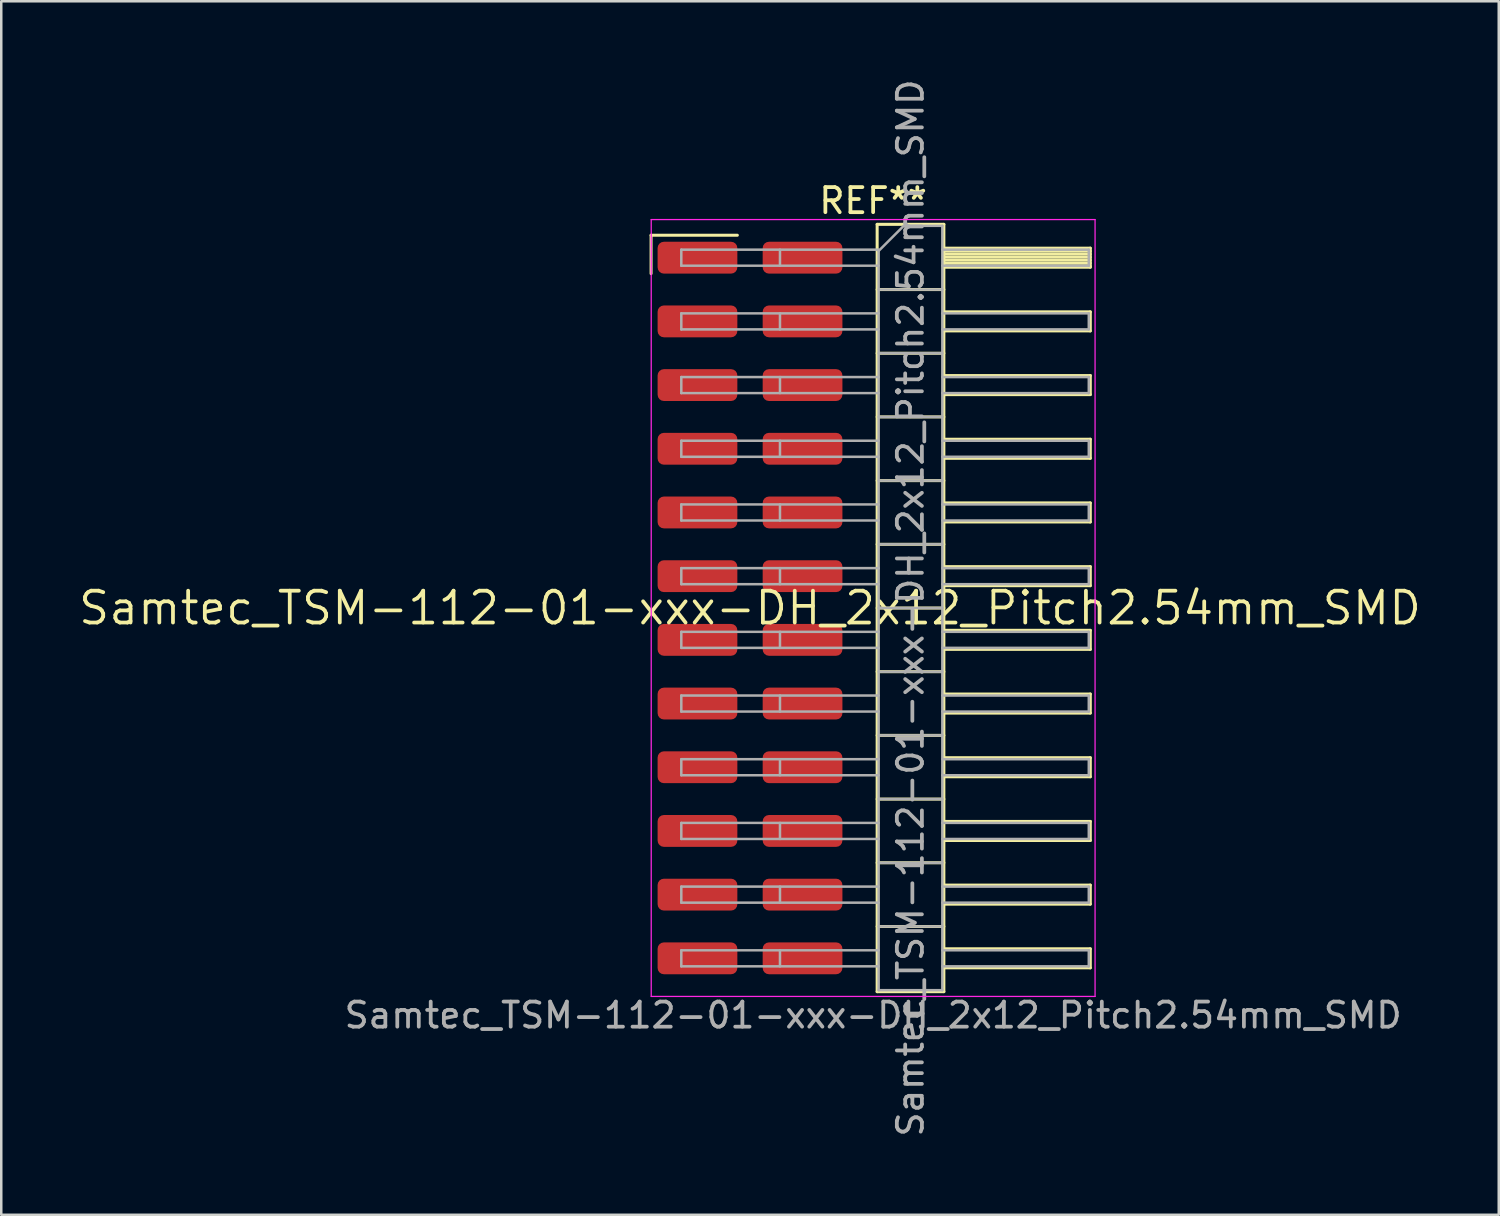
<source format=kicad_pcb>
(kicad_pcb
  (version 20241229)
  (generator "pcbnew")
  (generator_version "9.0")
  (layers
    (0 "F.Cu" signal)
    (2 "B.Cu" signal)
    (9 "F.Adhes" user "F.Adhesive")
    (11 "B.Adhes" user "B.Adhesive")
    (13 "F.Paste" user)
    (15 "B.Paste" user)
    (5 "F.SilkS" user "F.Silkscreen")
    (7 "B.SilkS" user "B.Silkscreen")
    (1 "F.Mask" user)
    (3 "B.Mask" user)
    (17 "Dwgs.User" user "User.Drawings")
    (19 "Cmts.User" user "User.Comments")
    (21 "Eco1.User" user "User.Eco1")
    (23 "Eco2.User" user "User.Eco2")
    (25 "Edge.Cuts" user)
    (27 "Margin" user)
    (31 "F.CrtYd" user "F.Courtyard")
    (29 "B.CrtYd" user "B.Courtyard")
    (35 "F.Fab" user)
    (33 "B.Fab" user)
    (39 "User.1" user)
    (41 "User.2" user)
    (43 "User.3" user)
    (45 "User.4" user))
  (footprint "Samtec_TSM-112-01-xxx-DH_2x12_Pitch2.54mm_SMD"
    (layer "F.Cu")
    (at 26.859 21.196)
    (property "Reference" "Samtec_TSM-112-01-xxx-DH_2x12_Pitch2.54mm_SMD" (at 0 0 0) (layer "F.SilkS") (effects (font (size 1.27 1.27) (thickness 0.15))))
    (attr smd)
    (fp_line (start -3.945 -14.865) (end -0.505 -14.865) (stroke (width 0.12) (type solid)) (layer "F.SilkS"))
    (fp_line (start -3.945 -13.335) (end -3.945 -14.865) (stroke (width 0.12) (type solid)) (layer "F.SilkS"))
    (fp_line (start 5.07 -15.3) (end 7.73 -15.3) (stroke (width 0.12) (type solid)) (layer "F.SilkS"))
    (fp_line (start 5.07 -12.7) (end 7.73 -12.7) (stroke (width 0.12) (type solid)) (layer "F.SilkS"))
    (fp_line (start 5.07 -10.16) (end 7.73 -10.16) (stroke (width 0.12) (type solid)) (layer "F.SilkS"))
    (fp_line (start 5.07 -7.62) (end 7.73 -7.62) (stroke (width 0.12) (type solid)) (layer "F.SilkS"))
    (fp_line (start 5.07 -5.08) (end 7.73 -5.08) (stroke (width 0.12) (type solid)) (layer "F.SilkS"))
    (fp_line (start 5.07 -2.54) (end 7.73 -2.54) (stroke (width 0.12) (type solid)) (layer "F.SilkS"))
    (fp_line (start 5.07 0) (end 7.73 0) (stroke (width 0.12) (type solid)) (layer "F.SilkS"))
    (fp_line (start 5.07 2.54) (end 7.73 2.54) (stroke (width 0.12) (type solid)) (layer "F.SilkS"))
    (fp_line (start 5.07 5.08) (end 7.73 5.08) (stroke (width 0.12) (type solid)) (layer "F.SilkS"))
    (fp_line (start 5.07 7.62) (end 7.73 7.62) (stroke (width 0.12) (type solid)) (layer "F.SilkS"))
    (fp_line (start 5.07 10.16) (end 7.73 10.16) (stroke (width 0.12) (type solid)) (layer "F.SilkS"))
    (fp_line (start 5.07 12.7) (end 7.73 12.7) (stroke (width 0.12) (type solid)) (layer "F.SilkS"))
    (fp_line (start 5.07 15.3) (end 5.07 -15.3) (stroke (width 0.12) (type solid)) (layer "F.SilkS"))
    (fp_line (start 7.73 -15.3) (end 7.73 15.3) (stroke (width 0.12) (type solid)) (layer "F.SilkS"))
    (fp_line (start 7.73 -14.35) (end 13.57 -14.35) (stroke (width 0.12) (type solid)) (layer "F.SilkS"))
    (fp_line (start 7.73 -14.23) (end 13.57 -14.23) (stroke (width 0.12) (type solid)) (layer "F.SilkS"))
    (fp_line (start 7.73 -14.11) (end 13.57 -14.11) (stroke (width 0.12) (type solid)) (layer "F.SilkS"))
    (fp_line (start 7.73 -13.99) (end 13.57 -13.99) (stroke (width 0.12) (type solid)) (layer "F.SilkS"))
    (fp_line (start 7.73 -13.87) (end 13.57 -13.87) (stroke (width 0.12) (type solid)) (layer "F.SilkS"))
    (fp_line (start 7.73 -13.75) (end 13.57 -13.75) (stroke (width 0.12) (type solid)) (layer "F.SilkS"))
    (fp_line (start 7.73 -13.63) (end 13.57 -13.63) (stroke (width 0.12) (type solid)) (layer "F.SilkS"))
    (fp_line (start 7.73 -13.59) (end 13.57 -13.59) (stroke (width 0.12) (type solid)) (layer "F.SilkS"))
    (fp_line (start 7.73 -11.81) (end 13.57 -11.81) (stroke (width 0.12) (type solid)) (layer "F.SilkS"))
    (fp_line (start 7.73 -11.05) (end 13.57 -11.05) (stroke (width 0.12) (type solid)) (layer "F.SilkS"))
    (fp_line (start 7.73 -9.27) (end 13.57 -9.27) (stroke (width 0.12) (type solid)) (layer "F.SilkS"))
    (fp_line (start 7.73 -8.51) (end 13.57 -8.51) (stroke (width 0.12) (type solid)) (layer "F.SilkS"))
    (fp_line (start 7.73 -6.73) (end 13.57 -6.73) (stroke (width 0.12) (type solid)) (layer "F.SilkS"))
    (fp_line (start 7.73 -5.97) (end 13.57 -5.97) (stroke (width 0.12) (type solid)) (layer "F.SilkS"))
    (fp_line (start 7.73 -4.19) (end 13.57 -4.19) (stroke (width 0.12) (type solid)) (layer "F.SilkS"))
    (fp_line (start 7.73 -3.43) (end 13.57 -3.43) (stroke (width 0.12) (type solid)) (layer "F.SilkS"))
    (fp_line (start 7.73 -1.65) (end 13.57 -1.65) (stroke (width 0.12) (type solid)) (layer "F.SilkS"))
    (fp_line (start 7.73 -0.89) (end 13.57 -0.89) (stroke (width 0.12) (type solid)) (layer "F.SilkS"))
    (fp_line (start 7.73 0.89) (end 13.57 0.89) (stroke (width 0.12) (type solid)) (layer "F.SilkS"))
    (fp_line (start 7.73 1.65) (end 13.57 1.65) (stroke (width 0.12) (type solid)) (layer "F.SilkS"))
    (fp_line (start 7.73 3.43) (end 13.57 3.43) (stroke (width 0.12) (type solid)) (layer "F.SilkS"))
    (fp_line (start 7.73 4.19) (end 13.57 4.19) (stroke (width 0.12) (type solid)) (layer "F.SilkS"))
    (fp_line (start 7.73 5.97) (end 13.57 5.97) (stroke (width 0.12) (type solid)) (layer "F.SilkS"))
    (fp_line (start 7.73 6.73) (end 13.57 6.73) (stroke (width 0.12) (type solid)) (layer "F.SilkS"))
    (fp_line (start 7.73 8.51) (end 13.57 8.51) (stroke (width 0.12) (type solid)) (layer "F.SilkS"))
    (fp_line (start 7.73 9.27) (end 13.57 9.27) (stroke (width 0.12) (type solid)) (layer "F.SilkS"))
    (fp_line (start 7.73 11.05) (end 13.57 11.05) (stroke (width 0.12) (type solid)) (layer "F.SilkS"))
    (fp_line (start 7.73 11.81) (end 13.57 11.81) (stroke (width 0.12) (type solid)) (layer "F.SilkS"))
    (fp_line (start 7.73 13.59) (end 13.57 13.59) (stroke (width 0.12) (type solid)) (layer "F.SilkS"))
    (fp_line (start 7.73 14.35) (end 13.57 14.35) (stroke (width 0.12) (type solid)) (layer "F.SilkS"))
    (fp_line (start 7.73 15.3) (end 5.07 15.3) (stroke (width 0.12) (type solid)) (layer "F.SilkS"))
    (fp_line (start 13.57 -14.35) (end 13.57 -13.59) (stroke (width 0.12) (type solid)) (layer "F.SilkS"))
    (fp_line (start 13.57 -11.81) (end 13.57 -11.05) (stroke (width 0.12) (type solid)) (layer "F.SilkS"))
    (fp_line (start 13.57 -9.27) (end 13.57 -8.51) (stroke (width 0.12) (type solid)) (layer "F.SilkS"))
    (fp_line (start 13.57 -6.73) (end 13.57 -5.97) (stroke (width 0.12) (type solid)) (layer "F.SilkS"))
    (fp_line (start 13.57 -4.19) (end 13.57 -3.43) (stroke (width 0.12) (type solid)) (layer "F.SilkS"))
    (fp_line (start 13.57 -1.65) (end 13.57 -0.89) (stroke (width 0.12) (type solid)) (layer "F.SilkS"))
    (fp_line (start 13.57 0.89) (end 13.57 1.65) (stroke (width 0.12) (type solid)) (layer "F.SilkS"))
    (fp_line (start 13.57 3.43) (end 13.57 4.19) (stroke (width 0.12) (type solid)) (layer "F.SilkS"))
    (fp_line (start 13.57 5.97) (end 13.57 6.73) (stroke (width 0.12) (type solid)) (layer "F.SilkS"))
    (fp_line (start 13.57 8.51) (end 13.57 9.27) (stroke (width 0.12) (type solid)) (layer "F.SilkS"))
    (fp_line (start 13.57 11.05) (end 13.57 11.81) (stroke (width 0.12) (type solid)) (layer "F.SilkS"))
    (fp_line (start 13.57 13.59) (end 13.57 14.35) (stroke (width 0.12) (type solid)) (layer "F.SilkS"))
    (fp_line (start -3.94 -15.49) (end 13.76 -15.49) (stroke (width 0.05) (type solid)) (layer "F.CrtYd"))
    (fp_line (start -3.94 15.49) (end -3.94 -15.49) (stroke (width 0.05) (type solid)) (layer "F.CrtYd"))
    (fp_line (start 13.76 -15.49) (end 13.76 15.49) (stroke (width 0.05) (type solid)) (layer "F.CrtYd"))
    (fp_line (start 13.76 15.49) (end -3.94 15.49) (stroke (width 0.05) (type solid)) (layer "F.CrtYd"))
    (fp_line (start -2.74 -14.29) (end -2.74 -13.65) (stroke (width 0.1) (type solid)) (layer "F.Fab"))
    (fp_line (start -2.74 -14.29) (end 5.13 -14.29) (stroke (width 0.1) (type solid)) (layer "F.Fab"))
    (fp_line (start -2.74 -13.65) (end 5.13 -13.65) (stroke (width 0.1) (type solid)) (layer "F.Fab"))
    (fp_line (start -2.74 -11.75) (end -2.74 -11.11) (stroke (width 0.1) (type solid)) (layer "F.Fab"))
    (fp_line (start -2.74 -11.75) (end 5.13 -11.75) (stroke (width 0.1) (type solid)) (layer "F.Fab"))
    (fp_line (start -2.74 -11.11) (end 5.13 -11.11) (stroke (width 0.1) (type solid)) (layer "F.Fab"))
    (fp_line (start -2.74 -9.21) (end -2.74 -8.57) (stroke (width 0.1) (type solid)) (layer "F.Fab"))
    (fp_line (start -2.74 -9.21) (end 5.13 -9.21) (stroke (width 0.1) (type solid)) (layer "F.Fab"))
    (fp_line (start -2.74 -8.57) (end 5.13 -8.57) (stroke (width 0.1) (type solid)) (layer "F.Fab"))
    (fp_line (start -2.74 -6.67) (end -2.74 -6.03) (stroke (width 0.1) (type solid)) (layer "F.Fab"))
    (fp_line (start -2.74 -6.67) (end 5.13 -6.67) (stroke (width 0.1) (type solid)) (layer "F.Fab"))
    (fp_line (start -2.74 -6.03) (end 5.13 -6.03) (stroke (width 0.1) (type solid)) (layer "F.Fab"))
    (fp_line (start -2.74 -4.13) (end -2.74 -3.49) (stroke (width 0.1) (type solid)) (layer "F.Fab"))
    (fp_line (start -2.74 -4.13) (end 5.13 -4.13) (stroke (width 0.1) (type solid)) (layer "F.Fab"))
    (fp_line (start -2.74 -3.49) (end 5.13 -3.49) (stroke (width 0.1) (type solid)) (layer "F.Fab"))
    (fp_line (start -2.74 -1.59) (end -2.74 -0.95) (stroke (width 0.1) (type solid)) (layer "F.Fab"))
    (fp_line (start -2.74 -1.59) (end 5.13 -1.59) (stroke (width 0.1) (type solid)) (layer "F.Fab"))
    (fp_line (start -2.74 -0.95) (end 5.13 -0.95) (stroke (width 0.1) (type solid)) (layer "F.Fab"))
    (fp_line (start -2.74 0.95) (end -2.74 1.59) (stroke (width 0.1) (type solid)) (layer "F.Fab"))
    (fp_line (start -2.74 0.95) (end 5.13 0.95) (stroke (width 0.1) (type solid)) (layer "F.Fab"))
    (fp_line (start -2.74 1.59) (end 5.13 1.59) (stroke (width 0.1) (type solid)) (layer "F.Fab"))
    (fp_line (start -2.74 3.49) (end -2.74 4.13) (stroke (width 0.1) (type solid)) (layer "F.Fab"))
    (fp_line (start -2.74 3.49) (end 5.13 3.49) (stroke (width 0.1) (type solid)) (layer "F.Fab"))
    (fp_line (start -2.74 4.13) (end 5.13 4.13) (stroke (width 0.1) (type solid)) (layer "F.Fab"))
    (fp_line (start -2.74 6.03) (end -2.74 6.67) (stroke (width 0.1) (type solid)) (layer "F.Fab"))
    (fp_line (start -2.74 6.03) (end 5.13 6.03) (stroke (width 0.1) (type solid)) (layer "F.Fab"))
    (fp_line (start -2.74 6.67) (end 5.13 6.67) (stroke (width 0.1) (type solid)) (layer "F.Fab"))
    (fp_line (start -2.74 8.57) (end -2.74 9.21) (stroke (width 0.1) (type solid)) (layer "F.Fab"))
    (fp_line (start -2.74 8.57) (end 5.13 8.57) (stroke (width 0.1) (type solid)) (layer "F.Fab"))
    (fp_line (start -2.74 9.21) (end 5.13 9.21) (stroke (width 0.1) (type solid)) (layer "F.Fab"))
    (fp_line (start -2.74 11.11) (end -2.74 11.75) (stroke (width 0.1) (type solid)) (layer "F.Fab"))
    (fp_line (start -2.74 11.11) (end 5.13 11.11) (stroke (width 0.1) (type solid)) (layer "F.Fab"))
    (fp_line (start -2.74 11.75) (end 5.13 11.75) (stroke (width 0.1) (type solid)) (layer "F.Fab"))
    (fp_line (start -2.74 13.65) (end -2.74 14.29) (stroke (width 0.1) (type solid)) (layer "F.Fab"))
    (fp_line (start -2.74 13.65) (end 5.13 13.65) (stroke (width 0.1) (type solid)) (layer "F.Fab"))
    (fp_line (start -2.74 14.29) (end 5.13 14.29) (stroke (width 0.1) (type solid)) (layer "F.Fab"))
    (fp_line (start 1.195 -14.29) (end 1.195 -13.65) (stroke (width 0.1) (type solid)) (layer "F.Fab"))
    (fp_line (start 1.195 -11.75) (end 1.195 -11.11) (stroke (width 0.1) (type solid)) (layer "F.Fab"))
    (fp_line (start 1.195 -9.21) (end 1.195 -8.57) (stroke (width 0.1) (type solid)) (layer "F.Fab"))
    (fp_line (start 1.195 -6.67) (end 1.195 -6.03) (stroke (width 0.1) (type solid)) (layer "F.Fab"))
    (fp_line (start 1.195 -4.13) (end 1.195 -3.49) (stroke (width 0.1) (type solid)) (layer "F.Fab"))
    (fp_line (start 1.195 -1.59) (end 1.195 -0.95) (stroke (width 0.1) (type solid)) (layer "F.Fab"))
    (fp_line (start 1.195 0.95) (end 1.195 1.59) (stroke (width 0.1) (type solid)) (layer "F.Fab"))
    (fp_line (start 1.195 3.49) (end 1.195 4.13) (stroke (width 0.1) (type solid)) (layer "F.Fab"))
    (fp_line (start 1.195 6.03) (end 1.195 6.67) (stroke (width 0.1) (type solid)) (layer "F.Fab"))
    (fp_line (start 1.195 8.57) (end 1.195 9.21) (stroke (width 0.1) (type solid)) (layer "F.Fab"))
    (fp_line (start 1.195 11.11) (end 1.195 11.75) (stroke (width 0.1) (type solid)) (layer "F.Fab"))
    (fp_line (start 1.195 13.65) (end 1.195 14.29) (stroke (width 0.1) (type solid)) (layer "F.Fab"))
    (fp_line (start 5.13 -14.24) (end 6.13 -15.24) (stroke (width 0.1) (type solid)) (layer "F.Fab"))
    (fp_line (start 5.13 -12.7) (end 7.67 -12.7) (stroke (width 0.1) (type solid)) (layer "F.Fab"))
    (fp_line (start 5.13 -10.16) (end 7.67 -10.16) (stroke (width 0.1) (type solid)) (layer "F.Fab"))
    (fp_line (start 5.13 -7.62) (end 7.67 -7.62) (stroke (width 0.1) (type solid)) (layer "F.Fab"))
    (fp_line (start 5.13 -5.08) (end 7.67 -5.08) (stroke (width 0.1) (type solid)) (layer "F.Fab"))
    (fp_line (start 5.13 -2.54) (end 7.67 -2.54) (stroke (width 0.1) (type solid)) (layer "F.Fab"))
    (fp_line (start 5.13 0) (end 7.67 0) (stroke (width 0.1) (type solid)) (layer "F.Fab"))
    (fp_line (start 5.13 2.54) (end 7.67 2.54) (stroke (width 0.1) (type solid)) (layer "F.Fab"))
    (fp_line (start 5.13 5.08) (end 7.67 5.08) (stroke (width 0.1) (type solid)) (layer "F.Fab"))
    (fp_line (start 5.13 7.62) (end 7.67 7.62) (stroke (width 0.1) (type solid)) (layer "F.Fab"))
    (fp_line (start 5.13 10.16) (end 7.67 10.16) (stroke (width 0.1) (type solid)) (layer "F.Fab"))
    (fp_line (start 5.13 12.7) (end 7.67 12.7) (stroke (width 0.1) (type solid)) (layer "F.Fab"))
    (fp_line (start 5.13 15.24) (end 5.13 -14.24) (stroke (width 0.1) (type solid)) (layer "F.Fab"))
    (fp_line (start 6.13 -15.24) (end 7.67 -15.24) (stroke (width 0.1) (type solid)) (layer "F.Fab"))
    (fp_line (start 7.67 -15.24) (end 7.67 15.24) (stroke (width 0.1) (type solid)) (layer "F.Fab"))
    (fp_line (start 7.67 -14.29) (end 13.51 -14.29) (stroke (width 0.1) (type solid)) (layer "F.Fab"))
    (fp_line (start 7.67 -13.65) (end 13.51 -13.65) (stroke (width 0.1) (type solid)) (layer "F.Fab"))
    (fp_line (start 7.67 -11.75) (end 13.51 -11.75) (stroke (width 0.1) (type solid)) (layer "F.Fab"))
    (fp_line (start 7.67 -11.11) (end 13.51 -11.11) (stroke (width 0.1) (type solid)) (layer "F.Fab"))
    (fp_line (start 7.67 -9.21) (end 13.51 -9.21) (stroke (width 0.1) (type solid)) (layer "F.Fab"))
    (fp_line (start 7.67 -8.57) (end 13.51 -8.57) (stroke (width 0.1) (type solid)) (layer "F.Fab"))
    (fp_line (start 7.67 -6.67) (end 13.51 -6.67) (stroke (width 0.1) (type solid)) (layer "F.Fab"))
    (fp_line (start 7.67 -6.03) (end 13.51 -6.03) (stroke (width 0.1) (type solid)) (layer "F.Fab"))
    (fp_line (start 7.67 -4.13) (end 13.51 -4.13) (stroke (width 0.1) (type solid)) (layer "F.Fab"))
    (fp_line (start 7.67 -3.49) (end 13.51 -3.49) (stroke (width 0.1) (type solid)) (layer "F.Fab"))
    (fp_line (start 7.67 -1.59) (end 13.51 -1.59) (stroke (width 0.1) (type solid)) (layer "F.Fab"))
    (fp_line (start 7.67 -0.95) (end 13.51 -0.95) (stroke (width 0.1) (type solid)) (layer "F.Fab"))
    (fp_line (start 7.67 0.95) (end 13.51 0.95) (stroke (width 0.1) (type solid)) (layer "F.Fab"))
    (fp_line (start 7.67 1.59) (end 13.51 1.59) (stroke (width 0.1) (type solid)) (layer "F.Fab"))
    (fp_line (start 7.67 3.49) (end 13.51 3.49) (stroke (width 0.1) (type solid)) (layer "F.Fab"))
    (fp_line (start 7.67 4.13) (end 13.51 4.13) (stroke (width 0.1) (type solid)) (layer "F.Fab"))
    (fp_line (start 7.67 6.03) (end 13.51 6.03) (stroke (width 0.1) (type solid)) (layer "F.Fab"))
    (fp_line (start 7.67 6.67) (end 13.51 6.67) (stroke (width 0.1) (type solid)) (layer "F.Fab"))
    (fp_line (start 7.67 8.57) (end 13.51 8.57) (stroke (width 0.1) (type solid)) (layer "F.Fab"))
    (fp_line (start 7.67 9.21) (end 13.51 9.21) (stroke (width 0.1) (type solid)) (layer "F.Fab"))
    (fp_line (start 7.67 11.11) (end 13.51 11.11) (stroke (width 0.1) (type solid)) (layer "F.Fab"))
    (fp_line (start 7.67 11.75) (end 13.51 11.75) (stroke (width 0.1) (type solid)) (layer "F.Fab"))
    (fp_line (start 7.67 13.65) (end 13.51 13.65) (stroke (width 0.1) (type solid)) (layer "F.Fab"))
    (fp_line (start 7.67 14.29) (end 13.51 14.29) (stroke (width 0.1) (type solid)) (layer "F.Fab"))
    (fp_line (start 7.67 15.24) (end 5.13 15.24) (stroke (width 0.1) (type solid)) (layer "F.Fab"))
    (fp_line (start 13.51 -14.29) (end 13.51 -13.65) (stroke (width 0.1) (type solid)) (layer "F.Fab"))
    (fp_line (start 13.51 -11.75) (end 13.51 -11.11) (stroke (width 0.1) (type solid)) (layer "F.Fab"))
    (fp_line (start 13.51 -9.21) (end 13.51 -8.57) (stroke (width 0.1) (type solid)) (layer "F.Fab"))
    (fp_line (start 13.51 -6.67) (end 13.51 -6.03) (stroke (width 0.1) (type solid)) (layer "F.Fab"))
    (fp_line (start 13.51 -4.13) (end 13.51 -3.49) (stroke (width 0.1) (type solid)) (layer "F.Fab"))
    (fp_line (start 13.51 -1.59) (end 13.51 -0.95) (stroke (width 0.1) (type solid)) (layer "F.Fab"))
    (fp_line (start 13.51 0.95) (end 13.51 1.59) (stroke (width 0.1) (type solid)) (layer "F.Fab"))
    (fp_line (start 13.51 3.49) (end 13.51 4.13) (stroke (width 0.1) (type solid)) (layer "F.Fab"))
    (fp_line (start 13.51 6.03) (end 13.51 6.67) (stroke (width 0.1) (type solid)) (layer "F.Fab"))
    (fp_line (start 13.51 8.57) (end 13.51 9.21) (stroke (width 0.1) (type solid)) (layer "F.Fab"))
    (fp_line (start 13.51 11.11) (end 13.51 11.75) (stroke (width 0.1) (type solid)) (layer "F.Fab"))
    (fp_line (start 13.51 13.65) (end 13.51 14.29) (stroke (width 0.1) (type solid)) (layer "F.Fab"))
    (fp_text user "REF**" (at 4.91 -16.24 0) (layer "F.SilkS") (effects (font (size 1 1) (thickness 0.15))))
    (fp_text user "Samtec_TSM-112-01-xxx-DH_2x12_Pitch2.54mm_SMD" (at 4.91 16.24 0) (layer "F.Fab") (effects (font (size 1 1) (thickness 0.15))))
    (fp_text user "${REFERENCE}" (at 6.4 0 90) (layer "F.Fab") (effects (font (size 1 1) (thickness 0.15))))
    (pad "1" smd roundrect (at -2.095 -13.97) (size 3.18 1.27) (layers "F.Cu" "F.Mask" "F.Paste") (roundrect_rratio 0.197))
    (pad "2" smd roundrect (at 2.095 -13.97) (size 3.18 1.27) (layers "F.Cu" "F.Mask" "F.Paste") (roundrect_rratio 0.197))
    (pad "3" smd roundrect (at -2.095 -11.43) (size 3.18 1.27) (layers "F.Cu" "F.Mask" "F.Paste") (roundrect_rratio 0.197))
    (pad "4" smd roundrect (at 2.095 -11.43) (size 3.18 1.27) (layers "F.Cu" "F.Mask" "F.Paste") (roundrect_rratio 0.197))
    (pad "5" smd roundrect (at -2.095 -8.89) (size 3.18 1.27) (layers "F.Cu" "F.Mask" "F.Paste") (roundrect_rratio 0.197))
    (pad "6" smd roundrect (at 2.095 -8.89) (size 3.18 1.27) (layers "F.Cu" "F.Mask" "F.Paste") (roundrect_rratio 0.197))
    (pad "7" smd roundrect (at -2.095 -6.35) (size 3.18 1.27) (layers "F.Cu" "F.Mask" "F.Paste") (roundrect_rratio 0.197))
    (pad "8" smd roundrect (at 2.095 -6.35) (size 3.18 1.27) (layers "F.Cu" "F.Mask" "F.Paste") (roundrect_rratio 0.197))
    (pad "9" smd roundrect (at -2.095 -3.81) (size 3.18 1.27) (layers "F.Cu" "F.Mask" "F.Paste") (roundrect_rratio 0.197))
    (pad "10" smd roundrect (at 2.095 -3.81) (size 3.18 1.27) (layers "F.Cu" "F.Mask" "F.Paste") (roundrect_rratio 0.197))
    (pad "11" smd roundrect (at -2.095 -1.27) (size 3.18 1.27) (layers "F.Cu" "F.Mask" "F.Paste") (roundrect_rratio 0.197))
    (pad "12" smd roundrect (at 2.095 -1.27) (size 3.18 1.27) (layers "F.Cu" "F.Mask" "F.Paste") (roundrect_rratio 0.197))
    (pad "13" smd roundrect (at -2.095 1.27) (size 3.18 1.27) (layers "F.Cu" "F.Mask" "F.Paste") (roundrect_rratio 0.197))
    (pad "14" smd roundrect (at 2.095 1.27) (size 3.18 1.27) (layers "F.Cu" "F.Mask" "F.Paste") (roundrect_rratio 0.197))
    (pad "15" smd roundrect (at -2.095 3.81) (size 3.18 1.27) (layers "F.Cu" "F.Mask" "F.Paste") (roundrect_rratio 0.197))
    (pad "16" smd roundrect (at 2.095 3.81) (size 3.18 1.27) (layers "F.Cu" "F.Mask" "F.Paste") (roundrect_rratio 0.197))
    (pad "17" smd roundrect (at -2.095 6.35) (size 3.18 1.27) (layers "F.Cu" "F.Mask" "F.Paste") (roundrect_rratio 0.197))
    (pad "18" smd roundrect (at 2.095 6.35) (size 3.18 1.27) (layers "F.Cu" "F.Mask" "F.Paste") (roundrect_rratio 0.197))
    (pad "19" smd roundrect (at -2.095 8.89) (size 3.18 1.27) (layers "F.Cu" "F.Mask" "F.Paste") (roundrect_rratio 0.197))
    (pad "20" smd roundrect (at 2.095 8.89) (size 3.18 1.27) (layers "F.Cu" "F.Mask" "F.Paste") (roundrect_rratio 0.197))
    (pad "21" smd roundrect (at -2.095 11.43) (size 3.18 1.27) (layers "F.Cu" "F.Mask" "F.Paste") (roundrect_rratio 0.197))
    (pad "22" smd roundrect (at 2.095 11.43) (size 3.18 1.27) (layers "F.Cu" "F.Mask" "F.Paste") (roundrect_rratio 0.197))
    (pad "23" smd roundrect (at -2.095 13.97) (size 3.18 1.27) (layers "F.Cu" "F.Mask" "F.Paste") (roundrect_rratio 0.197))
    (pad "24" smd roundrect (at 2.095 13.97) (size 3.18 1.27) (layers "F.Cu" "F.Mask" "F.Paste") (roundrect_rratio 0.197)))
  (gr_rect
    (start -3 -3)
    (end 56.717 45.393)
    (stroke (width 0.1) (type default))
    (fill no)
    (layer "Edge.Cuts")))
</source>
